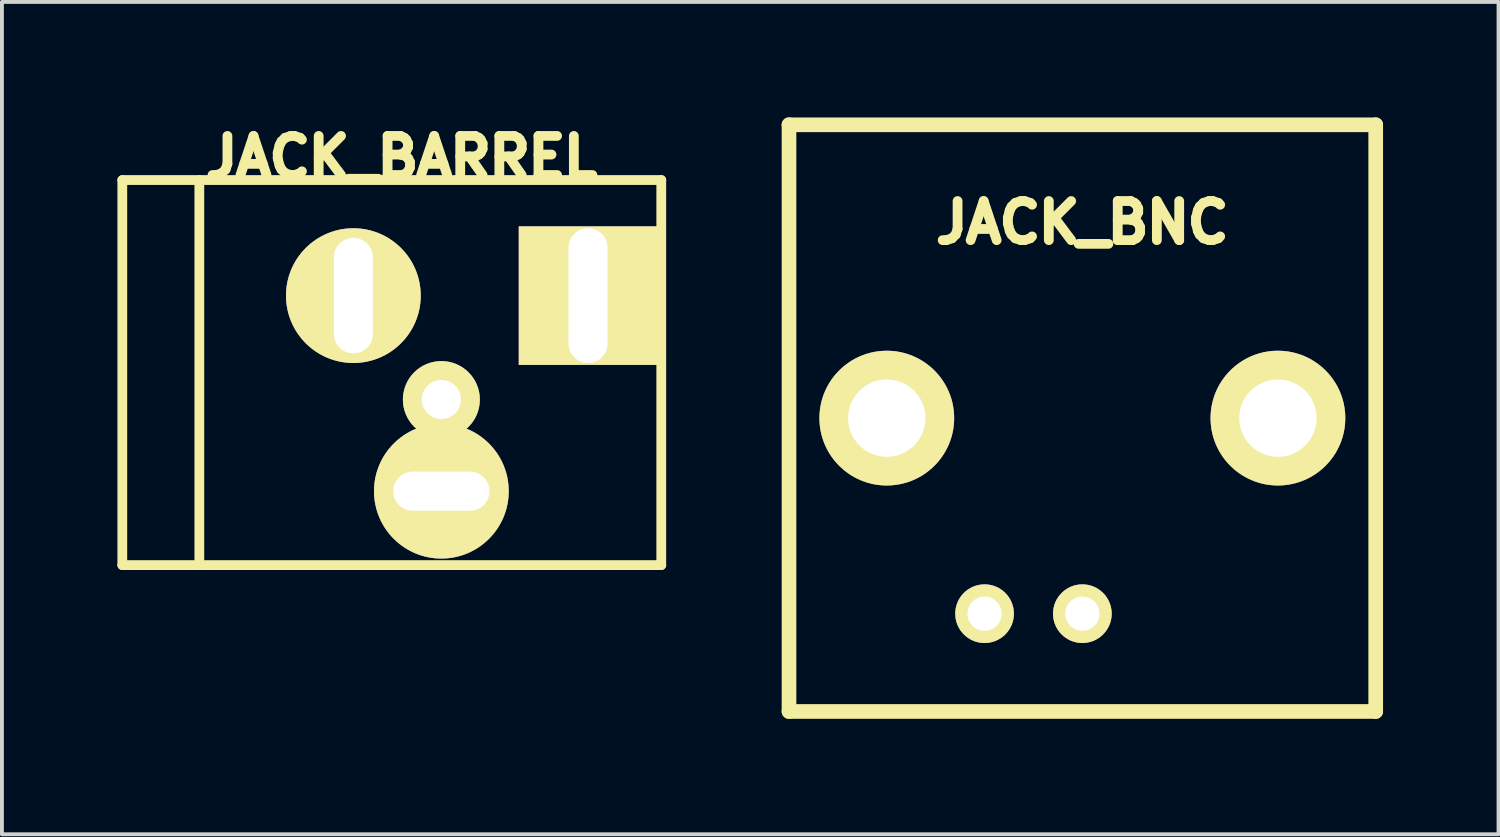
<source format=kicad_pcb>
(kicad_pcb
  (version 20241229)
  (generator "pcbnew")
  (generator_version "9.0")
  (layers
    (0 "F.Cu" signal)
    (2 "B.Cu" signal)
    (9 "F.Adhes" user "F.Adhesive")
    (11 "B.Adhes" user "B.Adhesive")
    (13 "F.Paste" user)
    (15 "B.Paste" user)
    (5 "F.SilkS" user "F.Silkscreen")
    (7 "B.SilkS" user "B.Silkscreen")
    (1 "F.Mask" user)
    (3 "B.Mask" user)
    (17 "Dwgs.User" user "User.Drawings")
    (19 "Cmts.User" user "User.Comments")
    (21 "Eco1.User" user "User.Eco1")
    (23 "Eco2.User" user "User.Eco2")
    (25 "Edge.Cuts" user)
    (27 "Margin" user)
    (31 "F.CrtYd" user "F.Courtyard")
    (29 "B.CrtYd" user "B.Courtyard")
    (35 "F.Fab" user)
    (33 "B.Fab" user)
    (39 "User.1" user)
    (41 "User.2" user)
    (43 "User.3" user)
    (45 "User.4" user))
  (footprint "JACK_BARREL"
    (layer "F.Cu")
    (at 7.127 6.628)
    (property "Reference" "JACK_BARREL" (at 0.254 -5.588 0) (layer "F.SilkS") (effects (font (size 1.016 1.016) (thickness 0.254))))
    (attr through_hole)
    (fp_line (start -7 -5.001) (end 7 -5.001) (stroke (width 0.254) (type solid)) (layer "F.SilkS"))
    (fp_line (start -7 -4.999) (end -7 5.001) (stroke (width 0.254) (type solid)) (layer "F.SilkS"))
    (fp_line (start -7 5.001) (end 7 5.001) (stroke (width 0.254) (type solid)) (layer "F.SilkS"))
    (fp_line (start -4.999 -5.001) (end -4.999 5.001) (stroke (width 0.254) (type solid)) (layer "F.SilkS"))
    (fp_line (start 7 -5.001) (end 7 5.001) (stroke (width 0.254) (type solid)) (layer "F.SilkS"))
    (pad "" thru_hole circle (at 1.288 0.701) (size 1.999 1.999) (drill oval 1.016) (layers "*.Cu" "*.Mask" "F.SilkS"))
    (pad "1" thru_hole rect (at 5.098 -1.999) (size 3.599 3.599) (drill oval 1.016 3.5) (layers "*.Cu" "*.Mask" "F.SilkS"))
    (pad "2" thru_hole circle (at -0.998 -1.999) (size 3.5 3.5) (drill oval 1.016 3) (layers "*.Cu" "*.Mask" "F.SilkS"))
    (pad "3" thru_hole circle (at 1.288 3.081) (size 3.5 3.5) (drill oval 2.499 1.016) (layers "*.Cu" "*.Mask" "F.SilkS")))
  (footprint "JACK_BNC"
    (layer "F.Cu")
    (at 25.065 7.811)
    (property "Reference" "JACK_BNC" (at 0 -5.08 0) (layer "F.SilkS") (effects (font (size 1.016 1.016) (thickness 0.254))))
    (attr through_hole)
    (fp_line (start -7.62 -7.62) (end -7.62 7.62) (stroke (width 0.381) (type solid)) (layer "F.SilkS"))
    (fp_line (start -7.62 7.62) (end 7.62 7.62) (stroke (width 0.381) (type solid)) (layer "F.SilkS"))
    (fp_line (start 7.62 -7.62) (end -7.62 -7.62) (stroke (width 0.381) (type solid)) (layer "F.SilkS"))
    (fp_line (start 7.62 7.62) (end 7.62 -7.62) (stroke (width 0.381) (type solid)) (layer "F.SilkS"))
    (pad "1" thru_hole circle (at 0 5.08) (size 1.524 1.524) (drill 0.889) (layers "*.Cu" "*.Mask" "F.SilkS"))
    (pad "2" thru_hole circle (at -5.08 0) (size 3.5 3.5) (drill 2.009) (layers "*.Cu" "*.Mask" "F.SilkS"))
    (pad "2" thru_hole circle (at -2.54 5.08) (size 1.524 1.524) (drill 0.889) (layers "*.Cu" "*.Mask" "F.SilkS"))
    (pad "2" thru_hole circle (at 5.08 0) (size 3.5 3.5) (drill 2.009) (layers "*.Cu" "*.Mask" "F.SilkS")))
  (gr_rect
    (start -3 -3)
    (end 35.875 18.621)
    (stroke (width 0.1) (type default))
    (fill no)
    (layer "Edge.Cuts")))
</source>
